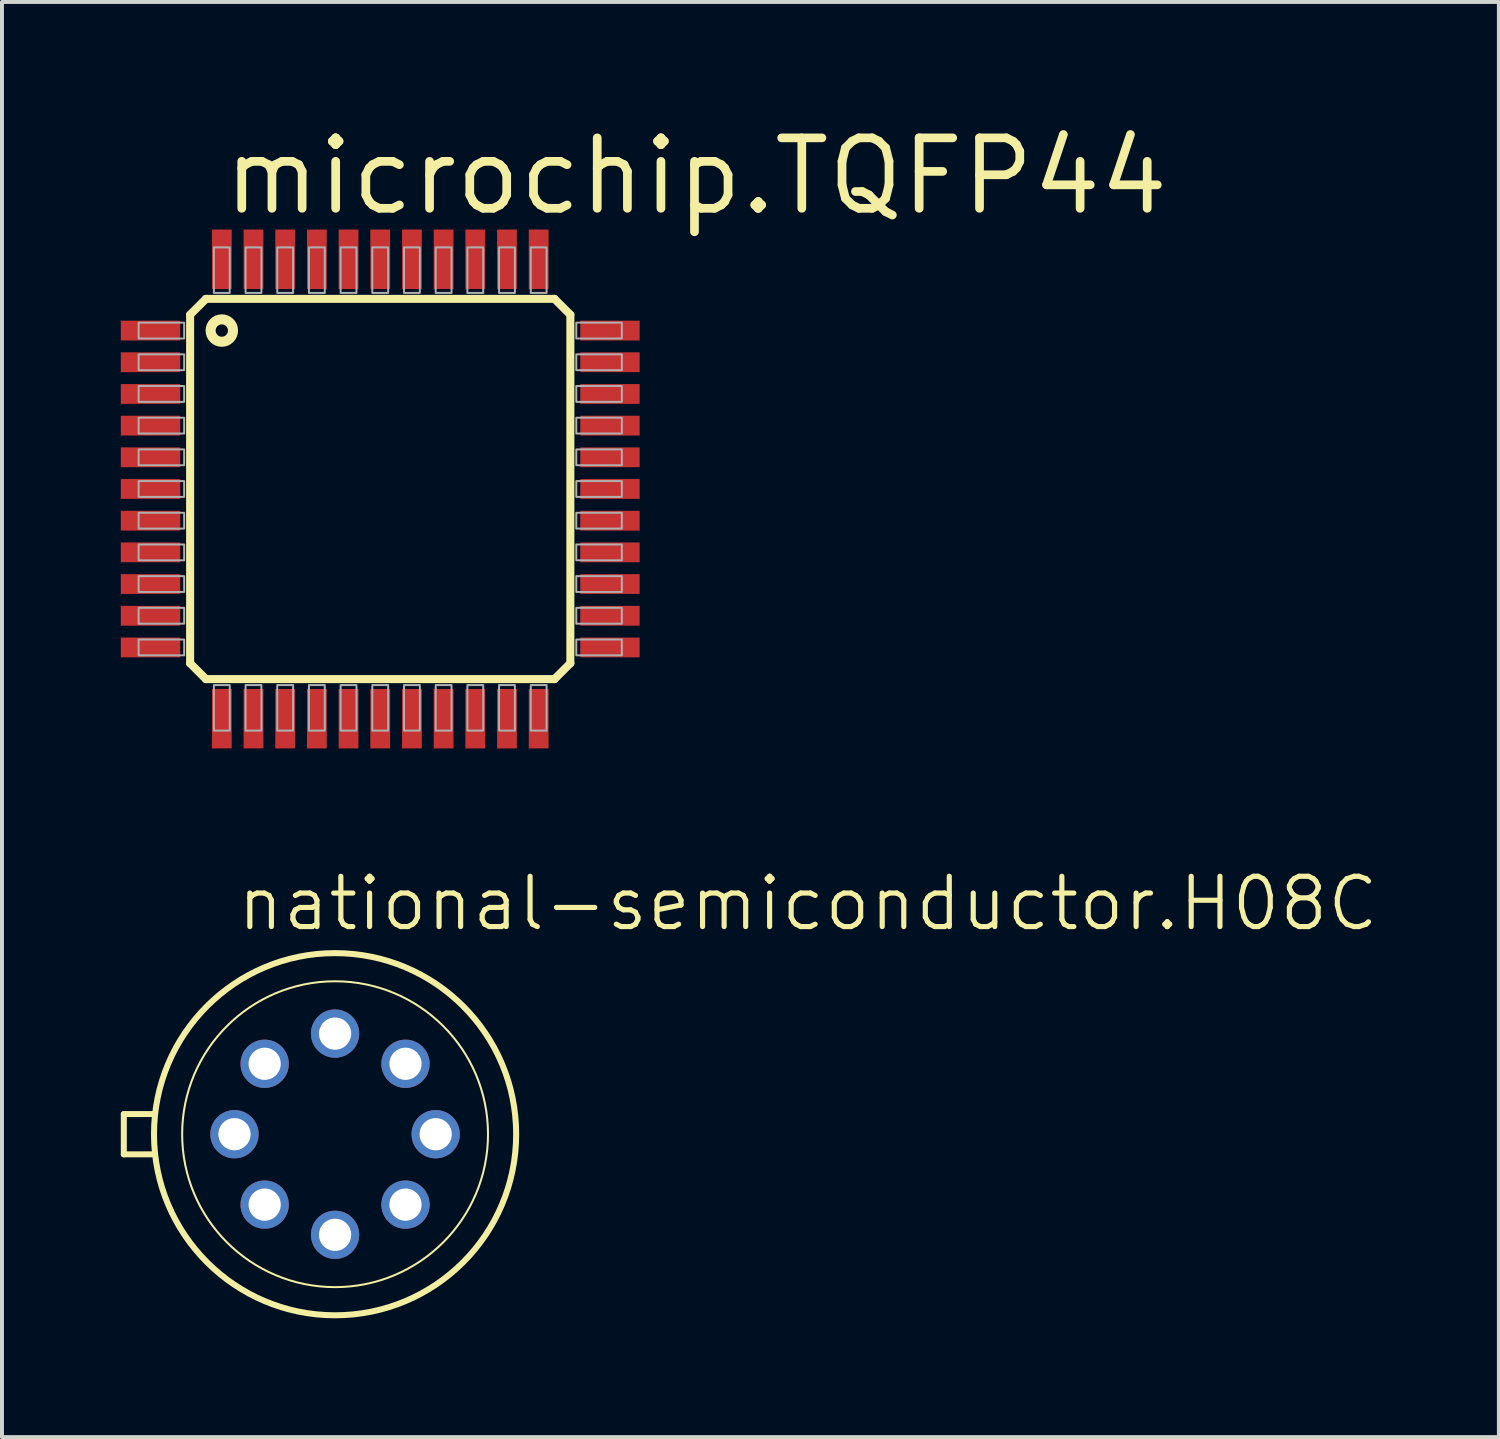
<source format=kicad_pcb>
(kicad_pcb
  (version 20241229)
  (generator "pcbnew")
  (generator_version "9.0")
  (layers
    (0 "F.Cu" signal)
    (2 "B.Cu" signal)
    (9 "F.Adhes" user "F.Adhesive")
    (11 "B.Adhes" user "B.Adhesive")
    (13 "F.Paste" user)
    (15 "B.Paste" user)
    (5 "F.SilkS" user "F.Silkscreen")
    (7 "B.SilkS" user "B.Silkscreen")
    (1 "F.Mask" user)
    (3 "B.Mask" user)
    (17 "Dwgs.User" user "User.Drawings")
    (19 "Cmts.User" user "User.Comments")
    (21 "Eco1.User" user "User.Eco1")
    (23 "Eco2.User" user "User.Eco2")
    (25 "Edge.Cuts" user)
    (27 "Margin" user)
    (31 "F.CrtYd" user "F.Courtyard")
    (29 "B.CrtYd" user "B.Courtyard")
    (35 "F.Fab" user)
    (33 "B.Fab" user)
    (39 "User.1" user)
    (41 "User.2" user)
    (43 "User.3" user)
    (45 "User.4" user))
  (footprint "microchip.TQFP44"
    (layer "F.Cu")
    (at 6.55 9.296)
    (property "Reference" "microchip.TQFP44" (at -4.064 -6.858 0) (layer "F.SilkS") (effects (font (size 1.778 1.778) (thickness 0.22)) (justify left bottom)))
    (attr smd)
    (fp_line (start -4.8 -4.4) (end -4.4 -4.8) (stroke (width 0.203) (type default)) (layer "F.SilkS"))
    (fp_line (start -4.8 4.4) (end -4.8 -4.4) (stroke (width 0.203) (type default)) (layer "F.SilkS"))
    (fp_line (start -4.4 -4.8) (end 4.4 -4.8) (stroke (width 0.203) (type default)) (layer "F.SilkS"))
    (fp_line (start -4.4 4.8) (end -4.8 4.4) (stroke (width 0.203) (type default)) (layer "F.SilkS"))
    (fp_line (start 4.4 -4.8) (end 4.8 -4.4) (stroke (width 0.203) (type default)) (layer "F.SilkS"))
    (fp_line (start 4.4 4.8) (end -4.4 4.8) (stroke (width 0.203) (type default)) (layer "F.SilkS"))
    (fp_line (start 4.8 -4.4) (end 4.8 4.4) (stroke (width 0.203) (type default)) (layer "F.SilkS"))
    (fp_line (start 4.8 4.4) (end 4.4 4.8) (stroke (width 0.203) (type default)) (layer "F.SilkS"))
    (fp_circle (center -4 -4) (end -3.717 -4) (stroke (width 0.254) (type default)) (fill no) (layer "F.SilkS"))
    (fp_rect (start -6.1 -3.8) (end -4.95 -4.2) (stroke (width 0.05) (type default)) (fill no) (layer "F.Fab"))
    (fp_rect (start -6.1 -3) (end -4.95 -3.4) (stroke (width 0.05) (type default)) (fill no) (layer "F.Fab"))
    (fp_rect (start -6.1 -2.2) (end -4.95 -2.6) (stroke (width 0.05) (type default)) (fill no) (layer "F.Fab"))
    (fp_rect (start -6.1 -1.4) (end -4.95 -1.8) (stroke (width 0.05) (type default)) (fill no) (layer "F.Fab"))
    (fp_rect (start -6.1 -0.6) (end -4.95 -1) (stroke (width 0.05) (type default)) (fill no) (layer "F.Fab"))
    (fp_rect (start -6.1 0.2) (end -4.95 -0.2) (stroke (width 0.05) (type default)) (fill no) (layer "F.Fab"))
    (fp_rect (start -6.1 1) (end -4.95 0.6) (stroke (width 0.05) (type default)) (fill no) (layer "F.Fab"))
    (fp_rect (start -6.1 1.8) (end -4.95 1.4) (stroke (width 0.05) (type default)) (fill no) (layer "F.Fab"))
    (fp_rect (start -6.1 2.6) (end -4.95 2.2) (stroke (width 0.05) (type default)) (fill no) (layer "F.Fab"))
    (fp_rect (start -6.1 3.4) (end -4.95 3) (stroke (width 0.05) (type default)) (fill no) (layer "F.Fab"))
    (fp_rect (start -6.1 4.2) (end -4.95 3.8) (stroke (width 0.05) (type default)) (fill no) (layer "F.Fab"))
    (fp_rect (start -4.2 -4.95) (end -3.8 -6.1) (stroke (width 0.05) (type default)) (fill no) (layer "F.Fab"))
    (fp_rect (start -4.2 6.1) (end -3.8 4.95) (stroke (width 0.05) (type default)) (fill no) (layer "F.Fab"))
    (fp_rect (start -3.4 -4.95) (end -3 -6.1) (stroke (width 0.05) (type default)) (fill no) (layer "F.Fab"))
    (fp_rect (start -3.4 6.1) (end -3 4.95) (stroke (width 0.05) (type default)) (fill no) (layer "F.Fab"))
    (fp_rect (start -2.6 -4.95) (end -2.2 -6.1) (stroke (width 0.05) (type default)) (fill no) (layer "F.Fab"))
    (fp_rect (start -2.6 6.1) (end -2.2 4.95) (stroke (width 0.05) (type default)) (fill no) (layer "F.Fab"))
    (fp_rect (start -1.8 -4.95) (end -1.4 -6.1) (stroke (width 0.05) (type default)) (fill no) (layer "F.Fab"))
    (fp_rect (start -1.8 6.1) (end -1.4 4.95) (stroke (width 0.05) (type default)) (fill no) (layer "F.Fab"))
    (fp_rect (start -1 -4.95) (end -0.6 -6.1) (stroke (width 0.05) (type default)) (fill no) (layer "F.Fab"))
    (fp_rect (start -1 6.1) (end -0.6 4.95) (stroke (width 0.05) (type default)) (fill no) (layer "F.Fab"))
    (fp_rect (start -0.2 -4.95) (end 0.2 -6.1) (stroke (width 0.05) (type default)) (fill no) (layer "F.Fab"))
    (fp_rect (start -0.2 6.1) (end 0.2 4.95) (stroke (width 0.05) (type default)) (fill no) (layer "F.Fab"))
    (fp_rect (start 0.6 -4.95) (end 1 -6.1) (stroke (width 0.05) (type default)) (fill no) (layer "F.Fab"))
    (fp_rect (start 0.6 6.1) (end 1 4.95) (stroke (width 0.05) (type default)) (fill no) (layer "F.Fab"))
    (fp_rect (start 1.4 -4.95) (end 1.8 -6.1) (stroke (width 0.05) (type default)) (fill no) (layer "F.Fab"))
    (fp_rect (start 1.4 6.1) (end 1.8 4.95) (stroke (width 0.05) (type default)) (fill no) (layer "F.Fab"))
    (fp_rect (start 2.2 -4.95) (end 2.6 -6.1) (stroke (width 0.05) (type default)) (fill no) (layer "F.Fab"))
    (fp_rect (start 2.2 6.1) (end 2.6 4.95) (stroke (width 0.05) (type default)) (fill no) (layer "F.Fab"))
    (fp_rect (start 3 -4.95) (end 3.4 -6.1) (stroke (width 0.05) (type default)) (fill no) (layer "F.Fab"))
    (fp_rect (start 3 6.1) (end 3.4 4.95) (stroke (width 0.05) (type default)) (fill no) (layer "F.Fab"))
    (fp_rect (start 3.8 -4.95) (end 4.2 -6.1) (stroke (width 0.05) (type default)) (fill no) (layer "F.Fab"))
    (fp_rect (start 3.8 6.1) (end 4.2 4.95) (stroke (width 0.05) (type default)) (fill no) (layer "F.Fab"))
    (fp_rect (start 4.95 -3.8) (end 6.1 -4.2) (stroke (width 0.05) (type default)) (fill no) (layer "F.Fab"))
    (fp_rect (start 4.95 -3) (end 6.1 -3.4) (stroke (width 0.05) (type default)) (fill no) (layer "F.Fab"))
    (fp_rect (start 4.95 -2.2) (end 6.1 -2.6) (stroke (width 0.05) (type default)) (fill no) (layer "F.Fab"))
    (fp_rect (start 4.95 -1.4) (end 6.1 -1.8) (stroke (width 0.05) (type default)) (fill no) (layer "F.Fab"))
    (fp_rect (start 4.95 -0.6) (end 6.1 -1) (stroke (width 0.05) (type default)) (fill no) (layer "F.Fab"))
    (fp_rect (start 4.95 0.2) (end 6.1 -0.2) (stroke (width 0.05) (type default)) (fill no) (layer "F.Fab"))
    (fp_rect (start 4.95 1) (end 6.1 0.6) (stroke (width 0.05) (type default)) (fill no) (layer "F.Fab"))
    (fp_rect (start 4.95 1.8) (end 6.1 1.4) (stroke (width 0.05) (type default)) (fill no) (layer "F.Fab"))
    (fp_rect (start 4.95 2.6) (end 6.1 2.2) (stroke (width 0.05) (type default)) (fill no) (layer "F.Fab"))
    (fp_rect (start 4.95 3.4) (end 6.1 3) (stroke (width 0.05) (type default)) (fill no) (layer "F.Fab"))
    (fp_rect (start 4.95 4.2) (end 6.1 3.8) (stroke (width 0.05) (type default)) (fill no) (layer "F.Fab"))
    (pad "1" smd roundrect (at -5.8 -4) (size 1.5 0.5) (layers "F.Cu" "F.Mask" "F.Paste") (roundrect_rratio 0.01))
    (pad "2" smd roundrect (at -5.8 -3.2) (size 1.5 0.5) (layers "F.Cu" "F.Mask" "F.Paste") (roundrect_rratio 0.01))
    (pad "3" smd roundrect (at -5.8 -2.4) (size 1.5 0.5) (layers "F.Cu" "F.Mask" "F.Paste") (roundrect_rratio 0.01))
    (pad "4" smd roundrect (at -5.8 -1.6) (size 1.5 0.5) (layers "F.Cu" "F.Mask" "F.Paste") (roundrect_rratio 0.01))
    (pad "5" smd roundrect (at -5.8 -0.8) (size 1.5 0.5) (layers "F.Cu" "F.Mask" "F.Paste") (roundrect_rratio 0.01))
    (pad "6" smd roundrect (at -5.8 0) (size 1.5 0.5) (layers "F.Cu" "F.Mask" "F.Paste") (roundrect_rratio 0.01))
    (pad "7" smd roundrect (at -5.8 0.8) (size 1.5 0.5) (layers "F.Cu" "F.Mask" "F.Paste") (roundrect_rratio 0.01))
    (pad "8" smd roundrect (at -5.8 1.6) (size 1.5 0.5) (layers "F.Cu" "F.Mask" "F.Paste") (roundrect_rratio 0.01))
    (pad "9" smd roundrect (at -5.8 2.4) (size 1.5 0.5) (layers "F.Cu" "F.Mask" "F.Paste") (roundrect_rratio 0.01))
    (pad "10" smd roundrect (at -5.8 3.2) (size 1.5 0.5) (layers "F.Cu" "F.Mask" "F.Paste") (roundrect_rratio 0.01))
    (pad "11" smd roundrect (at -5.8 4) (size 1.5 0.5) (layers "F.Cu" "F.Mask" "F.Paste") (roundrect_rratio 0.01))
    (pad "12" smd roundrect (at -4 5.8) (size 0.5 1.5) (layers "F.Cu" "F.Mask" "F.Paste") (roundrect_rratio 0.01))
    (pad "13" smd roundrect (at -3.2 5.8) (size 0.5 1.5) (layers "F.Cu" "F.Mask" "F.Paste") (roundrect_rratio 0.01))
    (pad "14" smd roundrect (at -2.4 5.8) (size 0.5 1.5) (layers "F.Cu" "F.Mask" "F.Paste") (roundrect_rratio 0.01))
    (pad "15" smd roundrect (at -1.6 5.8) (size 0.5 1.5) (layers "F.Cu" "F.Mask" "F.Paste") (roundrect_rratio 0.01))
    (pad "16" smd roundrect (at -0.8 5.8) (size 0.5 1.5) (layers "F.Cu" "F.Mask" "F.Paste") (roundrect_rratio 0.01))
    (pad "17" smd roundrect (at 0 5.8) (size 0.5 1.5) (layers "F.Cu" "F.Mask" "F.Paste") (roundrect_rratio 0.01))
    (pad "18" smd roundrect (at 0.8 5.8) (size 0.5 1.5) (layers "F.Cu" "F.Mask" "F.Paste") (roundrect_rratio 0.01))
    (pad "19" smd roundrect (at 1.6 5.8) (size 0.5 1.5) (layers "F.Cu" "F.Mask" "F.Paste") (roundrect_rratio 0.01))
    (pad "20" smd roundrect (at 2.4 5.8) (size 0.5 1.5) (layers "F.Cu" "F.Mask" "F.Paste") (roundrect_rratio 0.01))
    (pad "21" smd roundrect (at 3.2 5.8) (size 0.5 1.5) (layers "F.Cu" "F.Mask" "F.Paste") (roundrect_rratio 0.01))
    (pad "22" smd roundrect (at 4 5.8) (size 0.5 1.5) (layers "F.Cu" "F.Mask" "F.Paste") (roundrect_rratio 0.01))
    (pad "23" smd roundrect (at 5.8 4) (size 1.5 0.5) (layers "F.Cu" "F.Mask" "F.Paste") (roundrect_rratio 0.01))
    (pad "24" smd roundrect (at 5.8 3.2) (size 1.5 0.5) (layers "F.Cu" "F.Mask" "F.Paste") (roundrect_rratio 0.01))
    (pad "25" smd roundrect (at 5.8 2.4) (size 1.5 0.5) (layers "F.Cu" "F.Mask" "F.Paste") (roundrect_rratio 0.01))
    (pad "26" smd roundrect (at 5.8 1.6) (size 1.5 0.5) (layers "F.Cu" "F.Mask" "F.Paste") (roundrect_rratio 0.01))
    (pad "27" smd roundrect (at 5.8 0.8) (size 1.5 0.5) (layers "F.Cu" "F.Mask" "F.Paste") (roundrect_rratio 0.01))
    (pad "28" smd roundrect (at 5.8 0) (size 1.5 0.5) (layers "F.Cu" "F.Mask" "F.Paste") (roundrect_rratio 0.01))
    (pad "29" smd roundrect (at 5.8 -0.8) (size 1.5 0.5) (layers "F.Cu" "F.Mask" "F.Paste") (roundrect_rratio 0.01))
    (pad "30" smd roundrect (at 5.8 -1.6) (size 1.5 0.5) (layers "F.Cu" "F.Mask" "F.Paste") (roundrect_rratio 0.01))
    (pad "31" smd roundrect (at 5.8 -2.4) (size 1.5 0.5) (layers "F.Cu" "F.Mask" "F.Paste") (roundrect_rratio 0.01))
    (pad "32" smd roundrect (at 5.8 -3.2) (size 1.5 0.5) (layers "F.Cu" "F.Mask" "F.Paste") (roundrect_rratio 0.01))
    (pad "33" smd roundrect (at 5.8 -4) (size 1.5 0.5) (layers "F.Cu" "F.Mask" "F.Paste") (roundrect_rratio 0.01))
    (pad "34" smd roundrect (at 4 -5.8) (size 0.5 1.5) (layers "F.Cu" "F.Mask" "F.Paste") (roundrect_rratio 0.01))
    (pad "35" smd roundrect (at 3.2 -5.8) (size 0.5 1.5) (layers "F.Cu" "F.Mask" "F.Paste") (roundrect_rratio 0.01))
    (pad "36" smd roundrect (at 2.4 -5.8) (size 0.5 1.5) (layers "F.Cu" "F.Mask" "F.Paste") (roundrect_rratio 0.01))
    (pad "37" smd roundrect (at 1.6 -5.8) (size 0.5 1.5) (layers "F.Cu" "F.Mask" "F.Paste") (roundrect_rratio 0.01))
    (pad "38" smd roundrect (at 0.8 -5.8) (size 0.5 1.5) (layers "F.Cu" "F.Mask" "F.Paste") (roundrect_rratio 0.01))
    (pad "39" smd roundrect (at 0 -5.8) (size 0.5 1.5) (layers "F.Cu" "F.Mask" "F.Paste") (roundrect_rratio 0.01))
    (pad "40" smd roundrect (at -0.8 -5.8) (size 0.5 1.5) (layers "F.Cu" "F.Mask" "F.Paste") (roundrect_rratio 0.01))
    (pad "41" smd roundrect (at -1.6 -5.8) (size 0.5 1.5) (layers "F.Cu" "F.Mask" "F.Paste") (roundrect_rratio 0.01))
    (pad "42" smd roundrect (at -2.4 -5.8) (size 0.5 1.5) (layers "F.Cu" "F.Mask" "F.Paste") (roundrect_rratio 0.01))
    (pad "43" smd roundrect (at -3.2 -5.8) (size 0.5 1.5) (layers "F.Cu" "F.Mask" "F.Paste") (roundrect_rratio 0.01))
    (pad "44" smd roundrect (at -4 -5.8) (size 0.5 1.5) (layers "F.Cu" "F.Mask" "F.Paste") (roundrect_rratio 0.01)))
  (footprint "national-semiconductor.H08C"
    (layer "F.Cu")
    (at 5.41 25.586)
    (property "Reference" "national-semiconductor.H08C" (at -2.54 -5.08 0) (layer "F.SilkS") (effects (font (size 1.27 1.27) (thickness 0.13)) (justify left bottom)))
    (attr through_hole)
    (fp_line (start -5.334 0.508) (end -5.334 -0.508) (stroke (width 0.152) (type default)) (layer "F.SilkS"))
    (fp_line (start -5.334 0.508) (end -4.572 0.508) (stroke (width 0.152) (type default)) (layer "F.SilkS"))
    (fp_line (start -4.572 -0.508) (end -5.334 -0.508) (stroke (width 0.152) (type default)) (layer "F.SilkS"))
    (fp_circle (center 0 0) (end 3.861 0) (stroke (width 0.051) (type default)) (fill no) (layer "F.SilkS"))
    (fp_circle (center 0 0) (end 4.572 0) (stroke (width 0.152) (type default)) (fill no) (layer "F.SilkS"))
    (pad "1" thru_hole circle (at -1.778 1.778) (size 1.219 1.219) (drill 0.813) (layers "*.Cu" "*.Mask"))
    (pad "2" thru_hole circle (at 0 2.54) (size 1.219 1.219) (drill 0.813) (layers "*.Cu" "*.Mask"))
    (pad "3" thru_hole circle (at 1.778 1.778) (size 1.219 1.219) (drill 0.813) (layers "*.Cu" "*.Mask"))
    (pad "4" thru_hole circle (at 2.54 0) (size 1.219 1.219) (drill 0.813) (layers "*.Cu" "*.Mask"))
    (pad "5" thru_hole circle (at 1.778 -1.778) (size 1.219 1.219) (drill 0.813) (layers "*.Cu" "*.Mask"))
    (pad "6" thru_hole circle (at 0 -2.54) (size 1.219 1.219) (drill 0.813) (layers "*.Cu" "*.Mask"))
    (pad "7" thru_hole circle (at -1.778 -1.778) (size 1.219 1.219) (drill 0.813) (layers "*.Cu" "*.Mask"))
    (pad "8" thru_hole circle (at -2.54 0) (size 1.219 1.219) (drill 0.813) (layers "*.Cu" "*.Mask")))
  (gr_rect
    (start -3 -3)
    (end 34.793 33.234)
    (stroke (width 0.1) (type default))
    (fill no)
    (layer "Edge.Cuts")))
</source>
